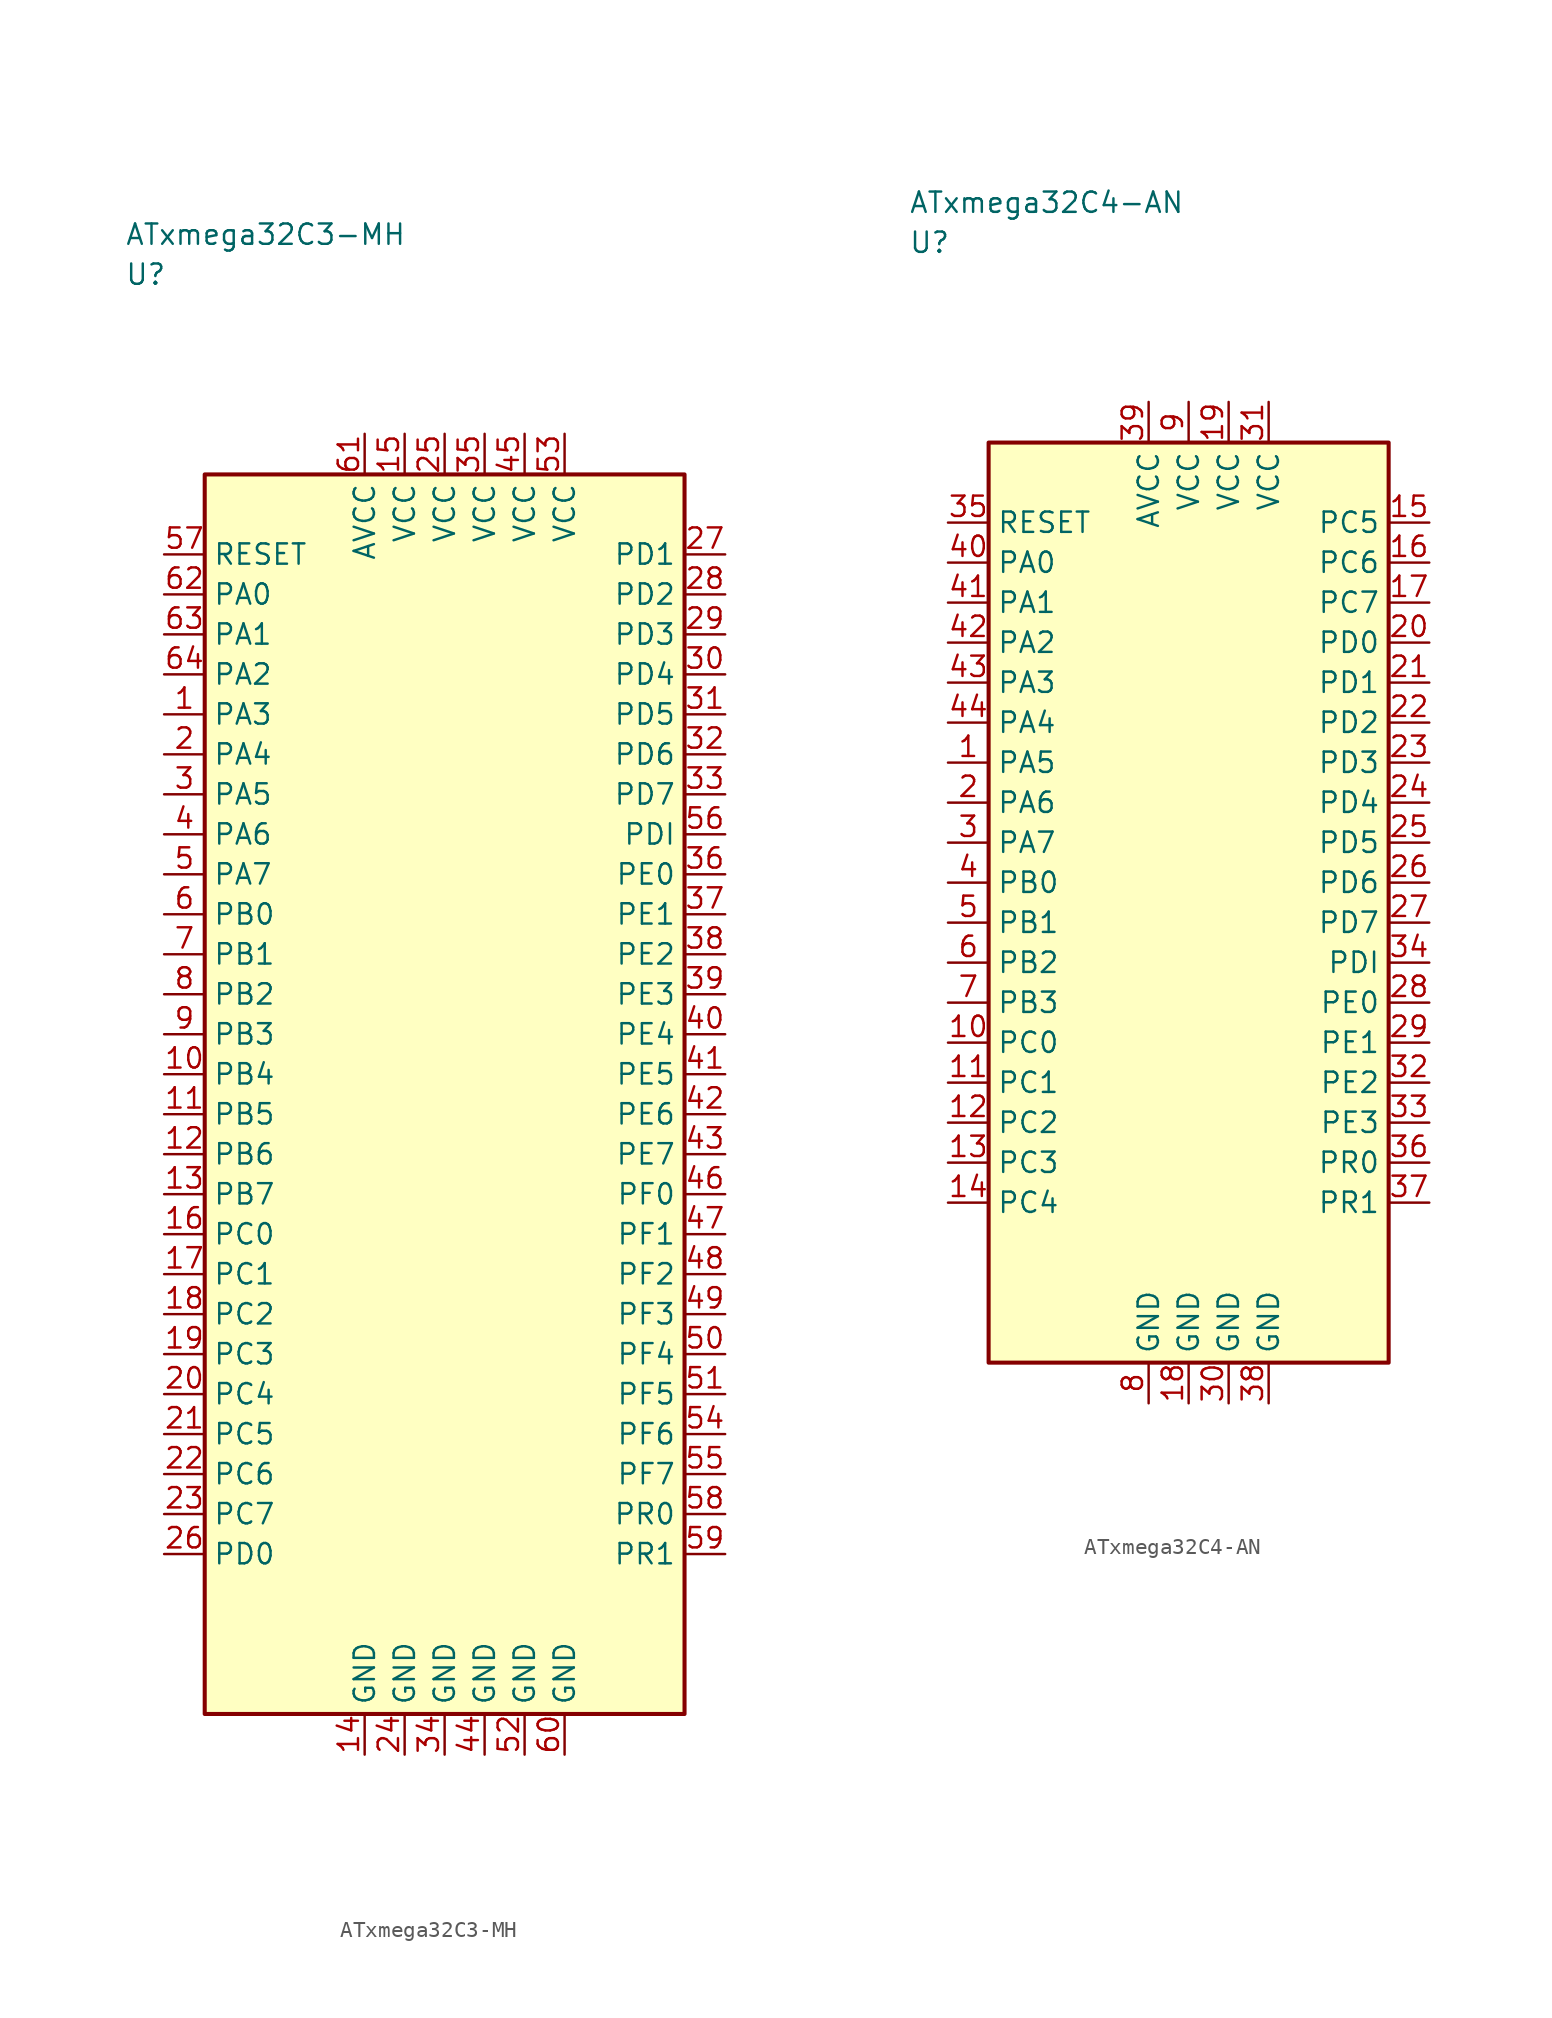
<source format=kicad_sym>
(kicad_symbol_lib
  (version 20241025)
  (generator "kicad_symbol_editor")
  (generator_version "8.0")
  (symbol "ATxmega32C3-MH"
    (property "Reference" "U"
      (at -20.0 51.25 0)
      (effects (font (size 1.27 1.27)) (justify left)))
    (property "Value" "ATxmega32C3-MH"
      (at -20.0 53.75 0)
      (effects (font (size 1.27 1.27)) (justify left)))
    (symbol "ATxmega32C3-MH_0_1"
      (rectangle (start -15.0 38.75) (end 15.0 -38.75) (stroke (width 0.254) (type default)) (fill (type background))))
    (symbol "ATxmega32C3-MH_1_1"
      (pin bidirectional line (at -17.54 23.75 0.0) (length 2.54) (name "PA3" (effects (font (size 1.27 1.27)))) (number "1" (effects (font (size 1.27 1.27)))))
      (pin bidirectional line (at -17.54 21.25 0.0) (length 2.54) (name "PA4" (effects (font (size 1.27 1.27)))) (number "2" (effects (font (size 1.27 1.27)))))
      (pin bidirectional line (at -17.54 18.75 0.0) (length 2.54) (name "PA5" (effects (font (size 1.27 1.27)))) (number "3" (effects (font (size 1.27 1.27)))))
      (pin bidirectional line (at -17.54 16.25 0.0) (length 2.54) (name "PA6" (effects (font (size 1.27 1.27)))) (number "4" (effects (font (size 1.27 1.27)))))
      (pin bidirectional line (at -17.54 13.75 0.0) (length 2.54) (name "PA7" (effects (font (size 1.27 1.27)))) (number "5" (effects (font (size 1.27 1.27)))))
      (pin bidirectional line (at -17.54 11.25 0.0) (length 2.54) (name "PB0" (effects (font (size 1.27 1.27)))) (number "6" (effects (font (size 1.27 1.27)))))
      (pin bidirectional line (at -17.54 8.75 0.0) (length 2.54) (name "PB1" (effects (font (size 1.27 1.27)))) (number "7" (effects (font (size 1.27 1.27)))))
      (pin bidirectional line (at -17.54 6.25 0.0) (length 2.54) (name "PB2" (effects (font (size 1.27 1.27)))) (number "8" (effects (font (size 1.27 1.27)))))
      (pin bidirectional line (at -17.54 3.75 0.0) (length 2.54) (name "PB3" (effects (font (size 1.27 1.27)))) (number "9" (effects (font (size 1.27 1.27)))))
      (pin bidirectional line (at -17.54 1.25 0.0) (length 2.54) (name "PB4" (effects (font (size 1.27 1.27)))) (number "10" (effects (font (size 1.27 1.27)))))
      (pin bidirectional line (at -17.54 -1.25 0.0) (length 2.54) (name "PB5" (effects (font (size 1.27 1.27)))) (number "11" (effects (font (size 1.27 1.27)))))
      (pin bidirectional line (at -17.54 -3.75 0.0) (length 2.54) (name "PB6" (effects (font (size 1.27 1.27)))) (number "12" (effects (font (size 1.27 1.27)))))
      (pin bidirectional line (at -17.54 -6.25 0.0) (length 2.54) (name "PB7" (effects (font (size 1.27 1.27)))) (number "13" (effects (font (size 1.27 1.27)))))
      (pin passive line (at -5.0 -41.29 90.0) (length 2.54) (name "GND" (effects (font (size 1.27 1.27)))) (number "14" (effects (font (size 1.27 1.27)))))
      (pin power_in line (at -2.5 41.29 270.0) (length 2.54) (name "VCC" (effects (font (size 1.27 1.27)))) (number "15" (effects (font (size 1.27 1.27)))))
      (pin bidirectional line (at -17.54 -8.75 0.0) (length 2.54) (name "PC0" (effects (font (size 1.27 1.27)))) (number "16" (effects (font (size 1.27 1.27)))))
      (pin bidirectional line (at -17.54 -11.25 0.0) (length 2.54) (name "PC1" (effects (font (size 1.27 1.27)))) (number "17" (effects (font (size 1.27 1.27)))))
      (pin bidirectional line (at -17.54 -13.75 0.0) (length 2.54) (name "PC2" (effects (font (size 1.27 1.27)))) (number "18" (effects (font (size 1.27 1.27)))))
      (pin bidirectional line (at -17.54 -16.25 0.0) (length 2.54) (name "PC3" (effects (font (size 1.27 1.27)))) (number "19" (effects (font (size 1.27 1.27)))))
      (pin bidirectional line (at -17.54 -18.75 0.0) (length 2.54) (name "PC4" (effects (font (size 1.27 1.27)))) (number "20" (effects (font (size 1.27 1.27)))))
      (pin bidirectional line (at -17.54 -21.25 0.0) (length 2.54) (name "PC5" (effects (font (size 1.27 1.27)))) (number "21" (effects (font (size 1.27 1.27)))))
      (pin bidirectional line (at -17.54 -23.75 0.0) (length 2.54) (name "PC6" (effects (font (size 1.27 1.27)))) (number "22" (effects (font (size 1.27 1.27)))))
      (pin bidirectional line (at -17.54 -26.25 0.0) (length 2.54) (name "PC7" (effects (font (size 1.27 1.27)))) (number "23" (effects (font (size 1.27 1.27)))))
      (pin passive line (at -2.5 -41.29 90.0) (length 2.54) (name "GND" (effects (font (size 1.27 1.27)))) (number "24" (effects (font (size 1.27 1.27)))))
      (pin power_in line (at 0.0 41.29 270.0) (length 2.54) (name "VCC" (effects (font (size 1.27 1.27)))) (number "25" (effects (font (size 1.27 1.27)))))
      (pin bidirectional line (at -17.54 -28.75 0.0) (length 2.54) (name "PD0" (effects (font (size 1.27 1.27)))) (number "26" (effects (font (size 1.27 1.27)))))
      (pin bidirectional line (at 17.54 33.75 180.0) (length 2.54) (name "PD1" (effects (font (size 1.27 1.27)))) (number "27" (effects (font (size 1.27 1.27)))))
      (pin bidirectional line (at 17.54 31.25 180.0) (length 2.54) (name "PD2" (effects (font (size 1.27 1.27)))) (number "28" (effects (font (size 1.27 1.27)))))
      (pin bidirectional line (at 17.54 28.75 180.0) (length 2.54) (name "PD3" (effects (font (size 1.27 1.27)))) (number "29" (effects (font (size 1.27 1.27)))))
      (pin bidirectional line (at 17.54 26.25 180.0) (length 2.54) (name "PD4" (effects (font (size 1.27 1.27)))) (number "30" (effects (font (size 1.27 1.27)))))
      (pin bidirectional line (at 17.54 23.75 180.0) (length 2.54) (name "PD5" (effects (font (size 1.27 1.27)))) (number "31" (effects (font (size 1.27 1.27)))))
      (pin bidirectional line (at 17.54 21.25 180.0) (length 2.54) (name "PD6" (effects (font (size 1.27 1.27)))) (number "32" (effects (font (size 1.27 1.27)))))
      (pin bidirectional line (at 17.54 18.75 180.0) (length 2.54) (name "PD7" (effects (font (size 1.27 1.27)))) (number "33" (effects (font (size 1.27 1.27)))))
      (pin passive line (at 0.0 -41.29 90.0) (length 2.54) (name "GND" (effects (font (size 1.27 1.27)))) (number "34" (effects (font (size 1.27 1.27)))))
      (pin power_in line (at 2.5 41.29 270.0) (length 2.54) (name "VCC" (effects (font (size 1.27 1.27)))) (number "35" (effects (font (size 1.27 1.27)))))
      (pin bidirectional line (at 17.54 13.75 180.0) (length 2.54) (name "PE0" (effects (font (size 1.27 1.27)))) (number "36" (effects (font (size 1.27 1.27)))))
      (pin bidirectional line (at 17.54 11.25 180.0) (length 2.54) (name "PE1" (effects (font (size 1.27 1.27)))) (number "37" (effects (font (size 1.27 1.27)))))
      (pin bidirectional line (at 17.54 8.75 180.0) (length 2.54) (name "PE2" (effects (font (size 1.27 1.27)))) (number "38" (effects (font (size 1.27 1.27)))))
      (pin bidirectional line (at 17.54 6.25 180.0) (length 2.54) (name "PE3" (effects (font (size 1.27 1.27)))) (number "39" (effects (font (size 1.27 1.27)))))
      (pin bidirectional line (at 17.54 3.75 180.0) (length 2.54) (name "PE4" (effects (font (size 1.27 1.27)))) (number "40" (effects (font (size 1.27 1.27)))))
      (pin bidirectional line (at 17.54 1.25 180.0) (length 2.54) (name "PE5" (effects (font (size 1.27 1.27)))) (number "41" (effects (font (size 1.27 1.27)))))
      (pin bidirectional line (at 17.54 -1.25 180.0) (length 2.54) (name "PE6" (effects (font (size 1.27 1.27)))) (number "42" (effects (font (size 1.27 1.27)))))
      (pin bidirectional line (at 17.54 -3.75 180.0) (length 2.54) (name "PE7" (effects (font (size 1.27 1.27)))) (number "43" (effects (font (size 1.27 1.27)))))
      (pin passive line (at 2.5 -41.29 90.0) (length 2.54) (name "GND" (effects (font (size 1.27 1.27)))) (number "44" (effects (font (size 1.27 1.27)))))
      (pin power_in line (at 5.0 41.29 270.0) (length 2.54) (name "VCC" (effects (font (size 1.27 1.27)))) (number "45" (effects (font (size 1.27 1.27)))))
      (pin bidirectional line (at 17.54 -6.25 180.0) (length 2.54) (name "PF0" (effects (font (size 1.27 1.27)))) (number "46" (effects (font (size 1.27 1.27)))))
      (pin bidirectional line (at 17.54 -8.75 180.0) (length 2.54) (name "PF1" (effects (font (size 1.27 1.27)))) (number "47" (effects (font (size 1.27 1.27)))))
      (pin bidirectional line (at 17.54 -11.25 180.0) (length 2.54) (name "PF2" (effects (font (size 1.27 1.27)))) (number "48" (effects (font (size 1.27 1.27)))))
      (pin bidirectional line (at 17.54 -13.75 180.0) (length 2.54) (name "PF3" (effects (font (size 1.27 1.27)))) (number "49" (effects (font (size 1.27 1.27)))))
      (pin bidirectional line (at 17.54 -16.25 180.0) (length 2.54) (name "PF4" (effects (font (size 1.27 1.27)))) (number "50" (effects (font (size 1.27 1.27)))))
      (pin bidirectional line (at 17.54 -18.75 180.0) (length 2.54) (name "PF5" (effects (font (size 1.27 1.27)))) (number "51" (effects (font (size 1.27 1.27)))))
      (pin passive line (at 5.0 -41.29 90.0) (length 2.54) (name "GND" (effects (font (size 1.27 1.27)))) (number "52" (effects (font (size 1.27 1.27)))))
      (pin power_in line (at 7.5 41.29 270.0) (length 2.54) (name "VCC" (effects (font (size 1.27 1.27)))) (number "53" (effects (font (size 1.27 1.27)))))
      (pin bidirectional line (at 17.54 -21.25 180.0) (length 2.54) (name "PF6" (effects (font (size 1.27 1.27)))) (number "54" (effects (font (size 1.27 1.27)))))
      (pin bidirectional line (at 17.54 -23.75 180.0) (length 2.54) (name "PF7" (effects (font (size 1.27 1.27)))) (number "55" (effects (font (size 1.27 1.27)))))
      (pin bidirectional line (at 17.54 16.25 180.0) (length 2.54) (name "PDI" (effects (font (size 1.27 1.27)))) (number "56" (effects (font (size 1.27 1.27)))))
      (pin input line (at -17.54 33.75 0.0) (length 2.54) (name "RESET" (effects (font (size 1.27 1.27)))) (number "57" (effects (font (size 1.27 1.27)))))
      (pin bidirectional line (at 17.54 -26.25 180.0) (length 2.54) (name "PR0" (effects (font (size 1.27 1.27)))) (number "58" (effects (font (size 1.27 1.27)))))
      (pin bidirectional line (at 17.54 -28.75 180.0) (length 2.54) (name "PR1" (effects (font (size 1.27 1.27)))) (number "59" (effects (font (size 1.27 1.27)))))
      (pin passive line (at 7.5 -41.29 90.0) (length 2.54) (name "GND" (effects (font (size 1.27 1.27)))) (number "60" (effects (font (size 1.27 1.27)))))
      (pin power_in line (at -5.0 41.29 270.0) (length 2.54) (name "AVCC" (effects (font (size 1.27 1.27)))) (number "61" (effects (font (size 1.27 1.27)))))
      (pin bidirectional line (at -17.54 31.25 0.0) (length 2.54) (name "PA0" (effects (font (size 1.27 1.27)))) (number "62" (effects (font (size 1.27 1.27)))))
      (pin bidirectional line (at -17.54 28.75 0.0) (length 2.54) (name "PA1" (effects (font (size 1.27 1.27)))) (number "63" (effects (font (size 1.27 1.27)))))
      (pin bidirectional line (at -17.54 26.25 0.0) (length 2.54) (name "PA2" (effects (font (size 1.27 1.27)))) (number "64" (effects (font (size 1.27 1.27)))))))
  (symbol "ATxmega32C4-AN"
    (property "Reference" "U"
      (at -17.5 41.25 0)
      (effects (font (size 1.27 1.27)) (justify left)))
    (property "Value" "ATxmega32C4-AN"
      (at -17.5 43.75 0)
      (effects (font (size 1.27 1.27)) (justify left)))
    (symbol "ATxmega32C4-AN_0_1"
      (rectangle (start -12.5 28.75) (end 12.5 -28.75) (stroke (width 0.254) (type default)) (fill (type background))))
    (symbol "ATxmega32C4-AN_1_1"
      (pin bidirectional line (at -15.04 8.75 0.0) (length 2.54) (name "PA5" (effects (font (size 1.27 1.27)))) (number "1" (effects (font (size 1.27 1.27)))))
      (pin bidirectional line (at -15.04 6.25 0.0) (length 2.54) (name "PA6" (effects (font (size 1.27 1.27)))) (number "2" (effects (font (size 1.27 1.27)))))
      (pin bidirectional line (at -15.04 3.75 0.0) (length 2.54) (name "PA7" (effects (font (size 1.27 1.27)))) (number "3" (effects (font (size 1.27 1.27)))))
      (pin bidirectional line (at -15.04 1.25 0.0) (length 2.54) (name "PB0" (effects (font (size 1.27 1.27)))) (number "4" (effects (font (size 1.27 1.27)))))
      (pin bidirectional line (at -15.04 -1.25 0.0) (length 2.54) (name "PB1" (effects (font (size 1.27 1.27)))) (number "5" (effects (font (size 1.27 1.27)))))
      (pin bidirectional line (at -15.04 -3.75 0.0) (length 2.54) (name "PB2" (effects (font (size 1.27 1.27)))) (number "6" (effects (font (size 1.27 1.27)))))
      (pin bidirectional line (at -15.04 -6.25 0.0) (length 2.54) (name "PB3" (effects (font (size 1.27 1.27)))) (number "7" (effects (font (size 1.27 1.27)))))
      (pin passive line (at -2.5 -31.29 90.0) (length 2.54) (name "GND" (effects (font (size 1.27 1.27)))) (number "8" (effects (font (size 1.27 1.27)))))
      (pin power_in line (at 0.0 31.29 270.0) (length 2.54) (name "VCC" (effects (font (size 1.27 1.27)))) (number "9" (effects (font (size 1.27 1.27)))))
      (pin bidirectional line (at -15.04 -8.75 0.0) (length 2.54) (name "PC0" (effects (font (size 1.27 1.27)))) (number "10" (effects (font (size 1.27 1.27)))))
      (pin bidirectional line (at -15.04 -11.25 0.0) (length 2.54) (name "PC1" (effects (font (size 1.27 1.27)))) (number "11" (effects (font (size 1.27 1.27)))))
      (pin bidirectional line (at -15.04 -13.75 0.0) (length 2.54) (name "PC2" (effects (font (size 1.27 1.27)))) (number "12" (effects (font (size 1.27 1.27)))))
      (pin bidirectional line (at -15.04 -16.25 0.0) (length 2.54) (name "PC3" (effects (font (size 1.27 1.27)))) (number "13" (effects (font (size 1.27 1.27)))))
      (pin bidirectional line (at -15.04 -18.75 0.0) (length 2.54) (name "PC4" (effects (font (size 1.27 1.27)))) (number "14" (effects (font (size 1.27 1.27)))))
      (pin bidirectional line (at 15.04 23.75 180.0) (length 2.54) (name "PC5" (effects (font (size 1.27 1.27)))) (number "15" (effects (font (size 1.27 1.27)))))
      (pin bidirectional line (at 15.04 21.25 180.0) (length 2.54) (name "PC6" (effects (font (size 1.27 1.27)))) (number "16" (effects (font (size 1.27 1.27)))))
      (pin bidirectional line (at 15.04 18.75 180.0) (length 2.54) (name "PC7" (effects (font (size 1.27 1.27)))) (number "17" (effects (font (size 1.27 1.27)))))
      (pin passive line (at 0.0 -31.29 90.0) (length 2.54) (name "GND" (effects (font (size 1.27 1.27)))) (number "18" (effects (font (size 1.27 1.27)))))
      (pin power_in line (at 2.5 31.29 270.0) (length 2.54) (name "VCC" (effects (font (size 1.27 1.27)))) (number "19" (effects (font (size 1.27 1.27)))))
      (pin bidirectional line (at 15.04 16.25 180.0) (length 2.54) (name "PD0" (effects (font (size 1.27 1.27)))) (number "20" (effects (font (size 1.27 1.27)))))
      (pin bidirectional line (at 15.04 13.75 180.0) (length 2.54) (name "PD1" (effects (font (size 1.27 1.27)))) (number "21" (effects (font (size 1.27 1.27)))))
      (pin bidirectional line (at 15.04 11.25 180.0) (length 2.54) (name "PD2" (effects (font (size 1.27 1.27)))) (number "22" (effects (font (size 1.27 1.27)))))
      (pin bidirectional line (at 15.04 8.75 180.0) (length 2.54) (name "PD3" (effects (font (size 1.27 1.27)))) (number "23" (effects (font (size 1.27 1.27)))))
      (pin bidirectional line (at 15.04 6.25 180.0) (length 2.54) (name "PD4" (effects (font (size 1.27 1.27)))) (number "24" (effects (font (size 1.27 1.27)))))
      (pin bidirectional line (at 15.04 3.75 180.0) (length 2.54) (name "PD5" (effects (font (size 1.27 1.27)))) (number "25" (effects (font (size 1.27 1.27)))))
      (pin bidirectional line (at 15.04 1.25 180.0) (length 2.54) (name "PD6" (effects (font (size 1.27 1.27)))) (number "26" (effects (font (size 1.27 1.27)))))
      (pin bidirectional line (at 15.04 -1.25 180.0) (length 2.54) (name "PD7" (effects (font (size 1.27 1.27)))) (number "27" (effects (font (size 1.27 1.27)))))
      (pin bidirectional line (at 15.04 -6.25 180.0) (length 2.54) (name "PE0" (effects (font (size 1.27 1.27)))) (number "28" (effects (font (size 1.27 1.27)))))
      (pin bidirectional line (at 15.04 -8.75 180.0) (length 2.54) (name "PE1" (effects (font (size 1.27 1.27)))) (number "29" (effects (font (size 1.27 1.27)))))
      (pin passive line (at 2.5 -31.29 90.0) (length 2.54) (name "GND" (effects (font (size 1.27 1.27)))) (number "30" (effects (font (size 1.27 1.27)))))
      (pin power_in line (at 5.0 31.29 270.0) (length 2.54) (name "VCC" (effects (font (size 1.27 1.27)))) (number "31" (effects (font (size 1.27 1.27)))))
      (pin bidirectional line (at 15.04 -11.25 180.0) (length 2.54) (name "PE2" (effects (font (size 1.27 1.27)))) (number "32" (effects (font (size 1.27 1.27)))))
      (pin bidirectional line (at 15.04 -13.75 180.0) (length 2.54) (name "PE3" (effects (font (size 1.27 1.27)))) (number "33" (effects (font (size 1.27 1.27)))))
      (pin bidirectional line (at 15.04 -3.75 180.0) (length 2.54) (name "PDI" (effects (font (size 1.27 1.27)))) (number "34" (effects (font (size 1.27 1.27)))))
      (pin input line (at -15.04 23.75 0.0) (length 2.54) (name "RESET" (effects (font (size 1.27 1.27)))) (number "35" (effects (font (size 1.27 1.27)))))
      (pin bidirectional line (at 15.04 -16.25 180.0) (length 2.54) (name "PR0" (effects (font (size 1.27 1.27)))) (number "36" (effects (font (size 1.27 1.27)))))
      (pin bidirectional line (at 15.04 -18.75 180.0) (length 2.54) (name "PR1" (effects (font (size 1.27 1.27)))) (number "37" (effects (font (size 1.27 1.27)))))
      (pin passive line (at 5.0 -31.29 90.0) (length 2.54) (name "GND" (effects (font (size 1.27 1.27)))) (number "38" (effects (font (size 1.27 1.27)))))
      (pin power_in line (at -2.5 31.29 270.0) (length 2.54) (name "AVCC" (effects (font (size 1.27 1.27)))) (number "39" (effects (font (size 1.27 1.27)))))
      (pin bidirectional line (at -15.04 21.25 0.0) (length 2.54) (name "PA0" (effects (font (size 1.27 1.27)))) (number "40" (effects (font (size 1.27 1.27)))))
      (pin bidirectional line (at -15.04 18.75 0.0) (length 2.54) (name "PA1" (effects (font (size 1.27 1.27)))) (number "41" (effects (font (size 1.27 1.27)))))
      (pin bidirectional line (at -15.04 16.25 0.0) (length 2.54) (name "PA2" (effects (font (size 1.27 1.27)))) (number "42" (effects (font (size 1.27 1.27)))))
      (pin bidirectional line (at -15.04 13.75 0.0) (length 2.54) (name "PA3" (effects (font (size 1.27 1.27)))) (number "43" (effects (font (size 1.27 1.27)))))
      (pin bidirectional line (at -15.04 11.25 0.0) (length 2.54) (name "PA4" (effects (font (size 1.27 1.27)))) (number "44" (effects (font (size 1.27 1.27))))))))
</source>
